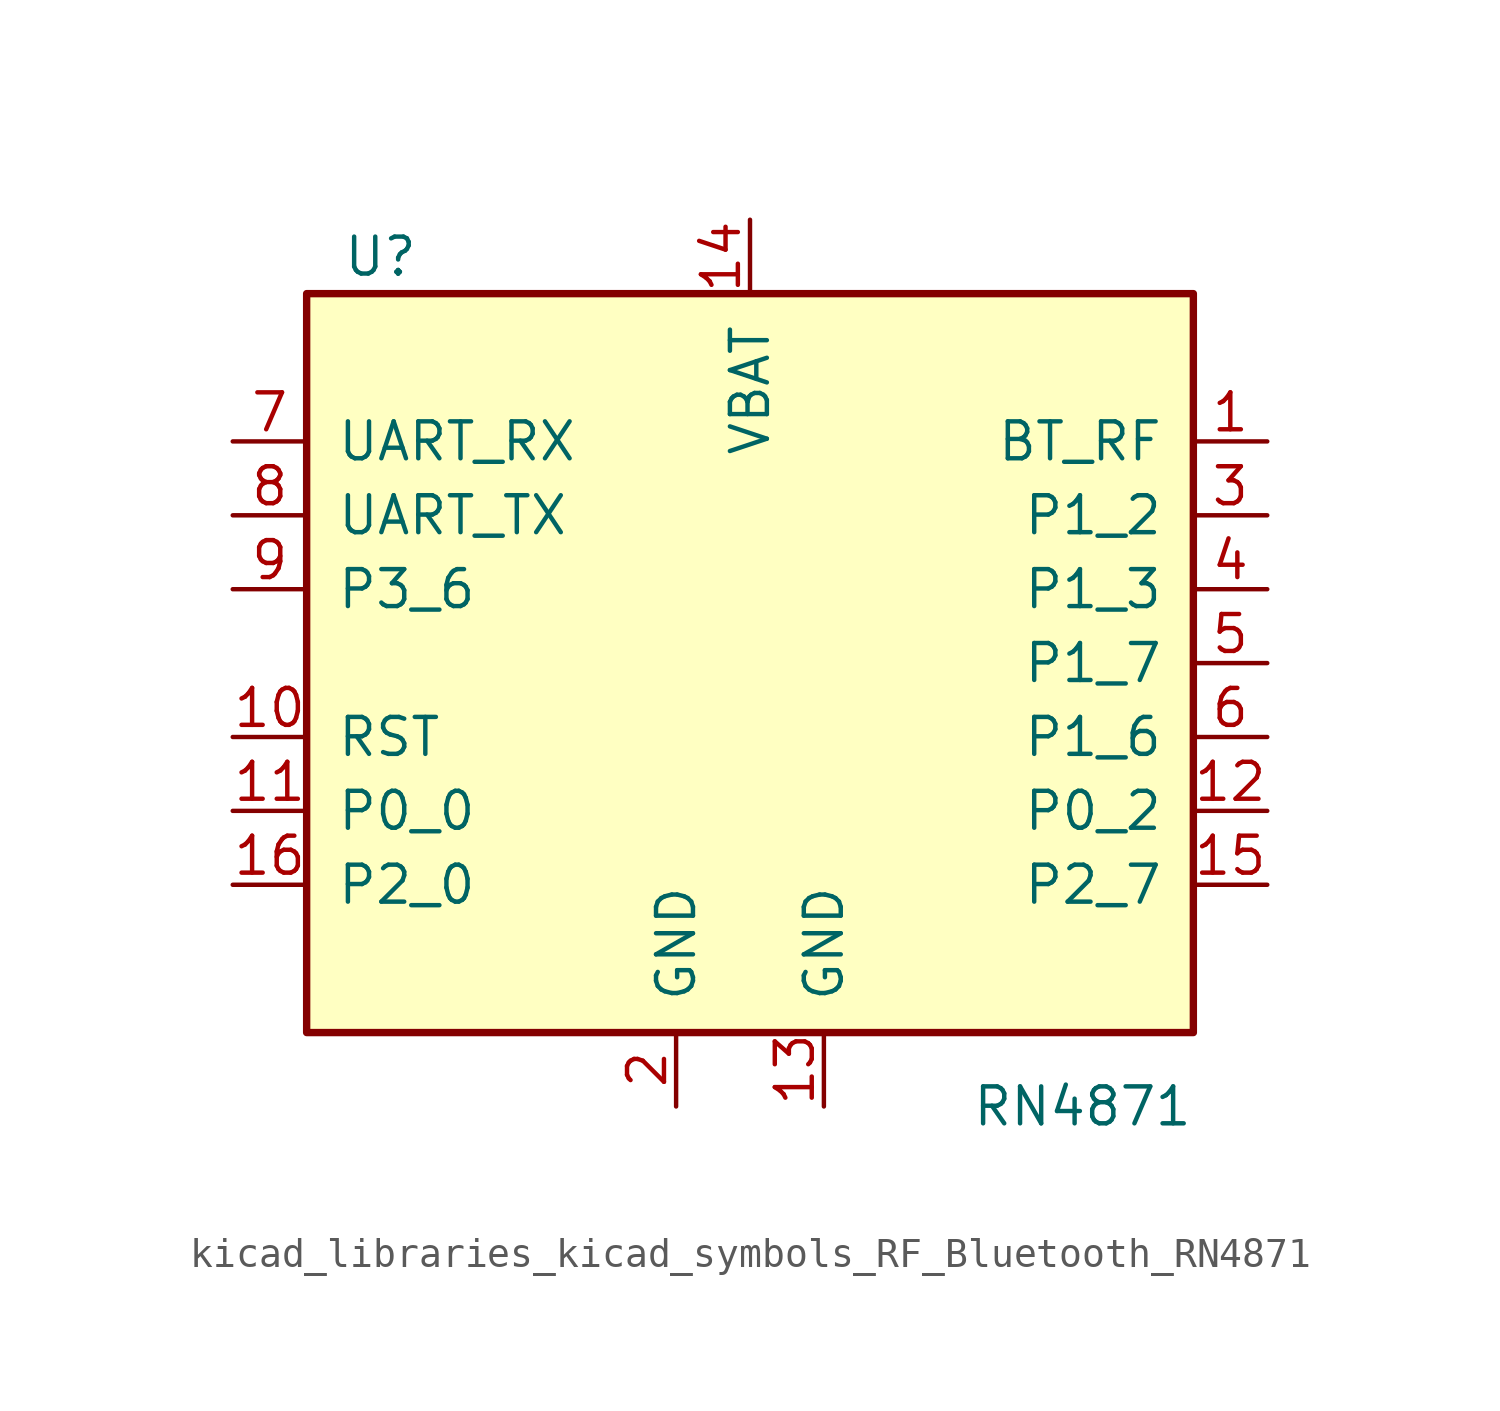
<source format=kicad_sym>
(kicad_symbol_lib
  (version 20220914)
  (generator kicad_symbol_editor)
  (symbol "kicad_libraries_kicad_symbols_RF_Bluetooth_RN4871"
    (pin_names
      (offset 1.016))
    (property "Reference" "U"
      (at -12.7 13.97 0)
      (effects (font (size 1.27 1.27))))
    (property "Value" "RN4871"
      (at 11.43 -15.24 0)
      (effects (font (size 1.27 1.27))))
    (symbol "kicad_libraries_kicad_symbols_RF_Bluetooth_RN4871_0_1"
      (rectangle (start -15.24 12.7) (end 15.24 -12.7) (stroke (width 0.254) (type default)) (fill (type background))))
    (symbol "kicad_libraries_kicad_symbols_RF_Bluetooth_RN4871_1_1"
      (pin output line (at 17.78 7.62 180) (length 2.54) (name "BT_RF" (effects (font (size 1.27 1.27)))) (number "1" (effects (font (size 1.27 1.27)))))
      (pin input line (at -17.78 -2.54 0) (length 2.54) (name "RST" (effects (font (size 1.27 1.27)))) (number "10" (effects (font (size 1.27 1.27)))))
      (pin bidirectional line (at -17.78 -5.08 0) (length 2.54) (name "P0_0" (effects (font (size 1.27 1.27)))) (number "11" (effects (font (size 1.27 1.27)))))
      (pin bidirectional line (at 17.78 -5.08 180) (length 2.54) (name "P0_2" (effects (font (size 1.27 1.27)))) (number "12" (effects (font (size 1.27 1.27)))))
      (pin power_in line (at 2.54 -15.24 90) (length 2.54) (name "GND" (effects (font (size 1.27 1.27)))) (number "13" (effects (font (size 1.27 1.27)))))
      (pin power_in line (at 0 15.24 270) (length 2.54) (name "VBAT" (effects (font (size 1.27 1.27)))) (number "14" (effects (font (size 1.27 1.27)))))
      (pin bidirectional line (at 17.78 -7.62 180) (length 2.54) (name "P2_7" (effects (font (size 1.27 1.27)))) (number "15" (effects (font (size 1.27 1.27)))))
      (pin input line (at -17.78 -7.62 0) (length 2.54) (name "P2_0" (effects (font (size 1.27 1.27)))) (number "16" (effects (font (size 1.27 1.27)))))
      (pin power_in line (at -2.54 -15.24 90) (length 2.54) (name "GND" (effects (font (size 1.27 1.27)))) (number "2" (effects (font (size 1.27 1.27)))))
      (pin bidirectional line (at 17.78 5.08 180) (length 2.54) (name "P1_2" (effects (font (size 1.27 1.27)))) (number "3" (effects (font (size 1.27 1.27)))))
      (pin bidirectional line (at 17.78 2.54 180) (length 2.54) (name "P1_3" (effects (font (size 1.27 1.27)))) (number "4" (effects (font (size 1.27 1.27)))))
      (pin bidirectional line (at 17.78 0 180) (length 2.54) (name "P1_7" (effects (font (size 1.27 1.27)))) (number "5" (effects (font (size 1.27 1.27)))))
      (pin bidirectional line (at 17.78 -2.54 180) (length 2.54) (name "P1_6" (effects (font (size 1.27 1.27)))) (number "6" (effects (font (size 1.27 1.27)))))
      (pin input line (at -17.78 7.62 0) (length 2.54) (name "UART_RX" (effects (font (size 1.27 1.27)))) (number "7" (effects (font (size 1.27 1.27)))))
      (pin output line (at -17.78 5.08 0) (length 2.54) (name "UART_TX" (effects (font (size 1.27 1.27)))) (number "8" (effects (font (size 1.27 1.27)))))
      (pin bidirectional line (at -17.78 2.54 0) (length 2.54) (name "P3_6" (effects (font (size 1.27 1.27)))) (number "9" (effects (font (size 1.27 1.27))))))))
</source>
